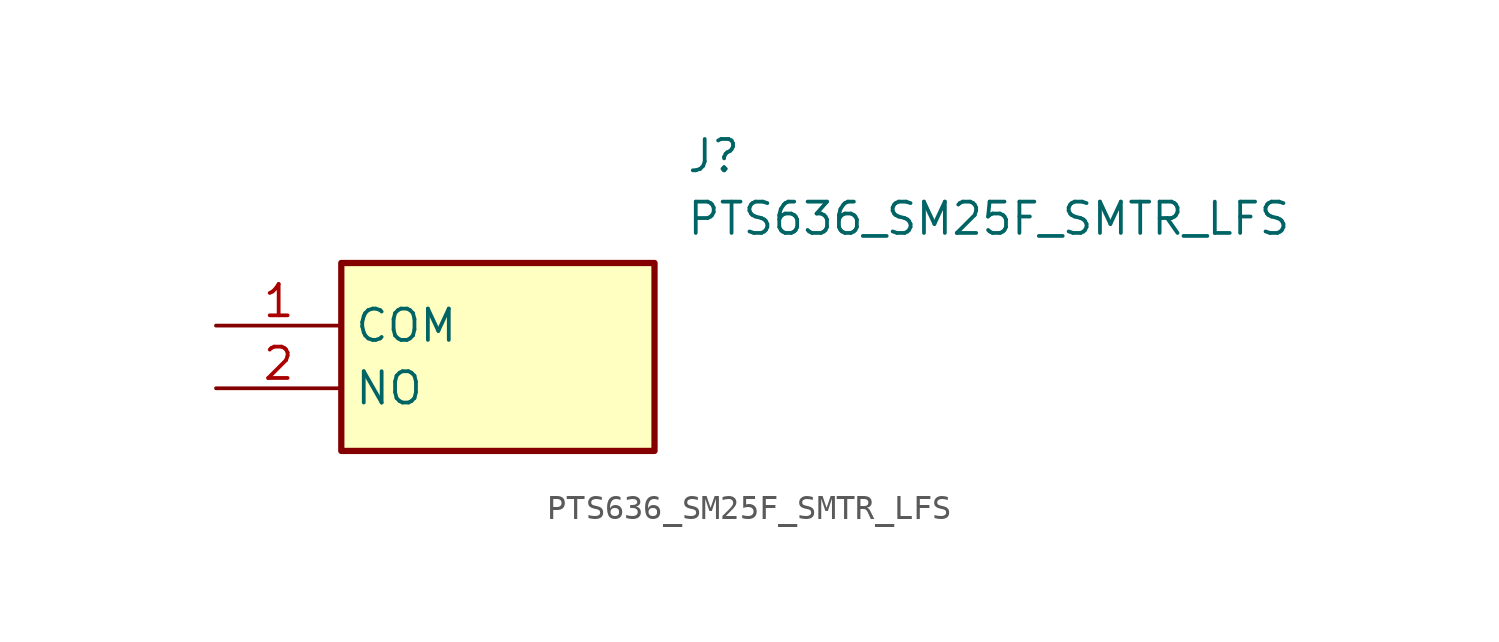
<source format=kicad_sym>
(kicad_symbol_lib
  (version 20211014)
  (generator SamacSys_ECAD_Model)
  (symbol "PTS636_SM25F_SMTR_LFS"
    (property "Reference" "J"
      (at 19.05 7.62 0)
      (effects (font (size 1.27 1.27)) (justify left top)))
    (property "Value" "PTS636_SM25F_SMTR_LFS"
      (at 19.05 5.08 0)
      (effects (font (size 1.27 1.27)) (justify left top)))
    (rectangle
      (start 5.08 2.54)
      (end 17.78 -5.08)
      (stroke (width 0.254) (type default))
      (fill (type background)))
    (pin passive line
      (at 0 0 0)
      (length 5.08)
      (name "COM" (effects (font (size 1.27 1.27))))
      (number "1" (effects (font (size 1.27 1.27)))))
    (pin passive line
      (at 0 -2.54 0)
      (length 5.08)
      (name "NO" (effects (font (size 1.27 1.27))))
      (number "2" (effects (font (size 1.27 1.27)))))))
</source>
